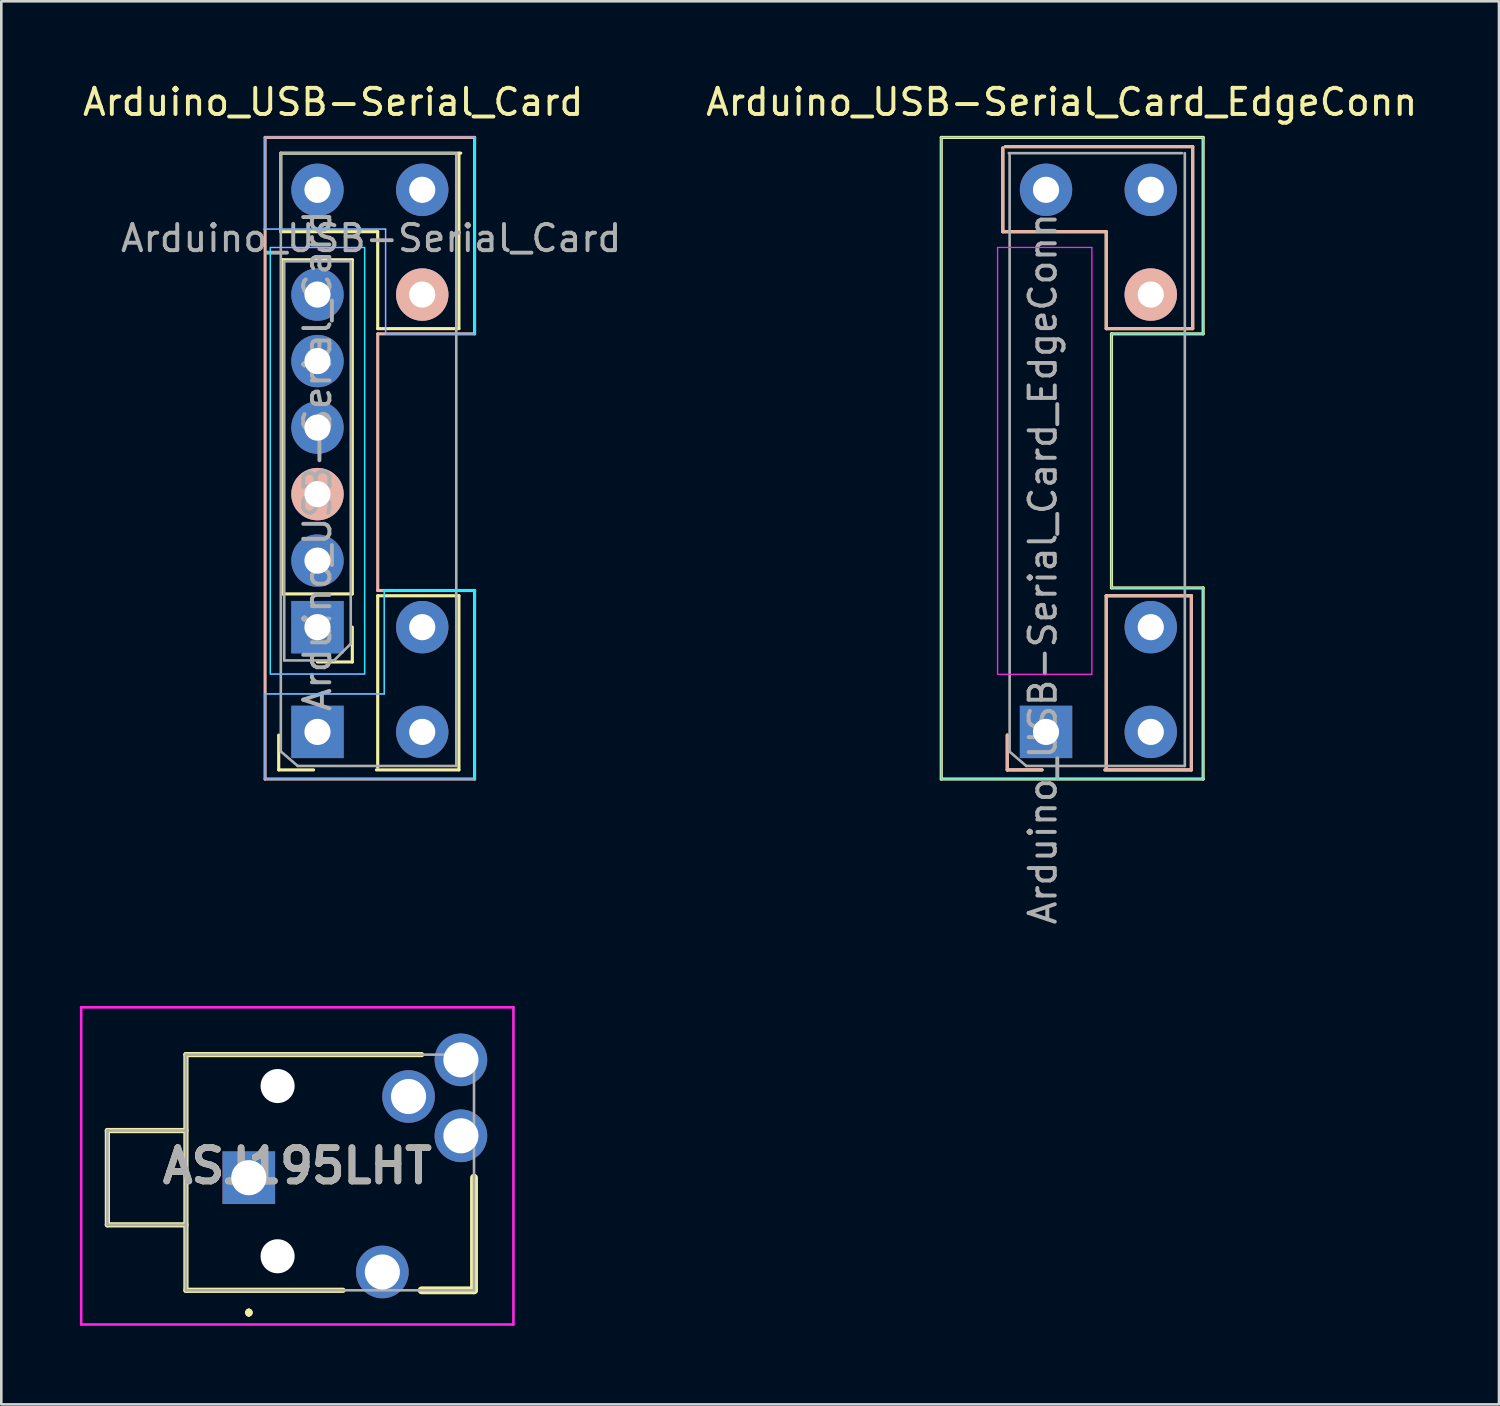
<source format=kicad_pcb>
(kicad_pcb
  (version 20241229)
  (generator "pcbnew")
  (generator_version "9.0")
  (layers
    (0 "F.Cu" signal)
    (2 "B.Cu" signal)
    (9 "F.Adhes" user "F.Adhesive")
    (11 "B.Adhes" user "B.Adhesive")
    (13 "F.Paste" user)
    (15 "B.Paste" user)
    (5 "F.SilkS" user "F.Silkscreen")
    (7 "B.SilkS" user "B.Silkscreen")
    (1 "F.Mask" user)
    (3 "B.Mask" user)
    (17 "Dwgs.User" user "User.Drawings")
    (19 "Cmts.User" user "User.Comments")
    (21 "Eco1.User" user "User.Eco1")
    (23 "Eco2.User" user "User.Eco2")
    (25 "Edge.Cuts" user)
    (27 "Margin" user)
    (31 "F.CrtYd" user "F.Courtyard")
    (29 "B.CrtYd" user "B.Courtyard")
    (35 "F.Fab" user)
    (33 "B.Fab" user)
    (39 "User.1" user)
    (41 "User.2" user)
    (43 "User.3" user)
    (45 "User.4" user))
  (footprint "Arduino_USB-Serial_Card"
    (layer "F.Cu")
    (at 9.073 8.198)
    (property "Reference" "Arduino_USB-Serial_Card" (at 0.6 -7.35 0) (layer "F.SilkS") (effects (font (size 1 1) (thickness 0.15))))
    (attr through_hole)
    (fp_line (start -1.48 18.15) (end -1.48 16.82) (stroke (width 0.12) (type solid)) (layer "F.SilkS"))
    (fp_line (start -1.4 -5.4) (end 5.47 -5.4) (stroke (width 0.12) (type solid)) (layer "F.SilkS"))
    (fp_line (start -1.4 -2.4) (end -1.4 -5.4) (stroke (width 0.12) (type solid)) (layer "F.SilkS"))
    (fp_line (start -1.33 11.43) (end -1.33 -1.33) (stroke (width 0.12) (type solid)) (layer "F.SilkS"))
    (fp_line (start -0.15 18.15) (end -1.48 18.15) (stroke (width 0.12) (type solid)) (layer "F.SilkS"))
    (fp_line (start 1.33 -1.33) (end -1.33 -1.33) (stroke (width 0.12) (type solid)) (layer "F.SilkS"))
    (fp_line (start 1.33 11.43) (end -1.33 11.43) (stroke (width 0.12) (type solid)) (layer "F.SilkS"))
    (fp_line (start 1.33 11.43) (end 1.33 -1.33) (stroke (width 0.12) (type solid)) (layer "F.SilkS"))
    (fp_line (start 1.33 12.7) (end 1.33 14.03) (stroke (width 0.12) (type solid)) (layer "F.SilkS"))
    (fp_line (start 1.33 14.03) (end 0 14.03) (stroke (width 0.12) (type solid)) (layer "F.SilkS"))
    (fp_line (start 2.3 -2.4) (end -1.4 -2.4) (stroke (width 0.12) (type solid)) (layer "F.SilkS"))
    (fp_line (start 2.3 1.3) (end 2.3 -2.4) (stroke (width 0.12) (type solid)) (layer "F.SilkS"))
    (fp_line (start 2.3 11.5) (end 5.4 11.5) (stroke (width 0.12) (type solid)) (layer "F.SilkS"))
    (fp_line (start 2.3 18.05) (end 2.3 11.5) (stroke (width 0.12) (type solid)) (layer "F.SilkS"))
    (fp_line (start 5.4 -5.4) (end 5.4 1.3) (stroke (width 0.12) (type solid)) (layer "F.SilkS"))
    (fp_line (start 5.4 1.3) (end 2.3 1.3) (stroke (width 0.12) (type solid)) (layer "F.SilkS"))
    (fp_line (start 5.4 11.5) (end 5.4 18.15) (stroke (width 0.12) (type solid)) (layer "F.SilkS"))
    (fp_line (start 5.4 18.15) (end 2.25 18.15) (stroke (width 0.12) (type solid)) (layer "F.SilkS"))
    (fp_line (start -2 -6) (end -2 18.5) (stroke (width 0.12) (type solid)) (layer "B.SilkS"))
    (fp_line (start -2 18.5) (end 6 18.5) (stroke (width 0.12) (type solid)) (layer "B.SilkS"))
    (fp_line (start 2.3 1.5) (end 6 1.5) (stroke (width 0.12) (type solid)) (layer "B.SilkS"))
    (fp_line (start 2.3 11.3) (end 2.3 1.5) (stroke (width 0.12) (type solid)) (layer "B.SilkS"))
    (fp_line (start 6 -6) (end -2 -6) (stroke (width 0.12) (type solid)) (layer "B.SilkS"))
    (fp_line (start 6 1.5) (end 6 -6) (stroke (width 0.12) (type solid)) (layer "B.SilkS"))
    (fp_line (start 6 11.3) (end 2.3 11.3) (stroke (width 0.12) (type solid)) (layer "B.SilkS"))
    (fp_line (start 6 18.5) (end 6 11.3) (stroke (width 0.12) (type solid)) (layer "B.SilkS"))
    (fp_line (start -2 -6) (end 6 -6) (stroke (width 0.05) (type solid)) (layer "B.CrtYd"))
    (fp_line (start -2 -2.5) (end -2 -6) (stroke (width 0.05) (type solid)) (layer "B.CrtYd"))
    (fp_line (start -2 15.25) (end -2 18.45) (stroke (width 0.05) (type solid)) (layer "B.CrtYd"))
    (fp_line (start 2.55 11.3) (end 2.55 15.25) (stroke (width 0.05) (type solid)) (layer "B.CrtYd"))
    (fp_line (start 2.55 15.25) (end -2 15.25) (stroke (width 0.05) (type solid)) (layer "B.CrtYd"))
    (fp_line (start 2.6 -2.5) (end -2.05 -2.5) (stroke (width 0.05) (type solid)) (layer "B.CrtYd"))
    (fp_line (start 2.6 1.5) (end 2.6 -2.5) (stroke (width 0.05) (type solid)) (layer "B.CrtYd"))
    (fp_line (start 3 11.3) (end 2.55 11.3) (stroke (width 0.05) (type solid)) (layer "B.CrtYd"))
    (fp_line (start 3 11.3) (end 6 11.3) (stroke (width 0.05) (type solid)) (layer "B.CrtYd"))
    (fp_line (start 6 -6) (end 6 1.5) (stroke (width 0.05) (type solid)) (layer "B.CrtYd"))
    (fp_line (start 6 1.5) (end 2.6 1.5) (stroke (width 0.05) (type solid)) (layer "B.CrtYd"))
    (fp_line (start 6 11.3) (end 6 18.5) (stroke (width 0.05) (type solid)) (layer "B.CrtYd"))
    (fp_line (start 6 18.5) (end -2 18.5) (stroke (width 0.05) (type solid)) (layer "B.CrtYd"))
    (fp_rect (start -1.8 14.49) (end 1.8 -1.8) (stroke (width 0.05) (type solid)) (fill no) (layer "B.CrtYd"))
    (fp_line (start -2 -6) (end 6 -6) (stroke (width 0.05) (type solid)) (layer "F.CrtYd"))
    (fp_line (start -2 -2.5) (end -2 -6) (stroke (width 0.05) (type solid)) (layer "F.CrtYd"))
    (fp_line (start -2 15.25) (end -2 18.45) (stroke (width 0.05) (type solid)) (layer "F.CrtYd"))
    (fp_line (start 2.55 11.3) (end 2.55 15.25) (stroke (width 0.05) (type solid)) (layer "F.CrtYd"))
    (fp_line (start 2.55 15.25) (end -2 15.25) (stroke (width 0.05) (type solid)) (layer "F.CrtYd"))
    (fp_line (start 2.6 -2.5) (end -2.05 -2.5) (stroke (width 0.05) (type solid)) (layer "F.CrtYd"))
    (fp_line (start 2.6 1.5) (end 2.6 -2.5) (stroke (width 0.05) (type solid)) (layer "F.CrtYd"))
    (fp_line (start 3 11.3) (end 2.55 11.3) (stroke (width 0.05) (type solid)) (layer "F.CrtYd"))
    (fp_line (start 3 11.3) (end 6 11.3) (stroke (width 0.05) (type solid)) (layer "F.CrtYd"))
    (fp_line (start 6 -6) (end 6 1.5) (stroke (width 0.05) (type solid)) (layer "F.CrtYd"))
    (fp_line (start 6 1.5) (end 2.6 1.5) (stroke (width 0.05) (type solid)) (layer "F.CrtYd"))
    (fp_line (start 6 11.3) (end 6 18.5) (stroke (width 0.05) (type solid)) (layer "F.CrtYd"))
    (fp_line (start 6 18.5) (end -2 18.5) (stroke (width 0.05) (type solid)) (layer "F.CrtYd"))
    (fp_rect (start -1.8 14.495) (end 1.8 -1.795) (stroke (width 0.05) (type solid)) (fill no) (layer "F.CrtYd"))
    (fp_line (start -1.4 -5.4) (end -1.4 17.455) (stroke (width 0.1) (type solid)) (layer "F.Fab"))
    (fp_line (start -1.39 17.455) (end -0.755 18) (stroke (width 0.1) (type solid)) (layer "F.Fab"))
    (fp_line (start -1.27 -1.27) (end 1.27 -1.27) (stroke (width 0.1) (type solid)) (layer "F.Fab"))
    (fp_line (start -1.27 13.97) (end -1.27 -1.27) (stroke (width 0.1) (type solid)) (layer "F.Fab"))
    (fp_line (start -0.755 18) (end 5.3 18) (stroke (width 0.1) (type solid)) (layer "F.Fab"))
    (fp_line (start 0.635 13.97) (end -1.27 13.97) (stroke (width 0.1) (type solid)) (layer "F.Fab"))
    (fp_line (start 1.27 -1.27) (end 1.27 13.335) (stroke (width 0.1) (type solid)) (layer "F.Fab"))
    (fp_line (start 1.27 13.335) (end 0.635 13.97) (stroke (width 0.1) (type solid)) (layer "F.Fab"))
    (fp_line (start 5.2 -5.4) (end -1.42 -5.4) (stroke (width 0.1) (type solid)) (layer "F.Fab"))
    (fp_line (start 5.3 18) (end 5.3 -5.4) (stroke (width 0.1) (type solid)) (layer "F.Fab"))
    (fp_text user "${REFERENCE}" (at 2.05 -2.15 0) (layer "F.Fab") (effects (font (size 1 1) (thickness 0.15))))
    (fp_text user "${REFERENCE}" (at 0 6.35 270) (layer "F.Fab") (effects (font (size 1 1) (thickness 0.15))))
    (pad "1" thru_hole rect (at 0 16.7) (size 2 2) (drill 1) (layers "*.Cu" "*.Mask"))
    (pad "2" thru_hole oval (at 4 16.7) (size 2 2) (drill 1) (layers "*.Cu" "*.Mask"))
    (pad "3" thru_hole oval (at 4 12.7) (size 2 2) (drill 1) (layers "*.Cu" "*.Mask"))
    (pad "4" thru_hole oval (at 4 0) (size 2 2) (drill 1) (layers "*.Cu" "*.Mask" "B.SilkS"))
    (pad "5" thru_hole oval (at 4 -4) (size 2 2) (drill 1) (layers "*.Cu" "*.Mask"))
    (pad "6" thru_hole oval (at 0 -4) (size 2 2) (drill 1) (layers "*.Cu" "*.Mask"))
    (pad "11" thru_hole rect (at 0 12.7 180) (size 2 2) (drill 1) (layers "*.Cu" "*.Mask"))
    (pad "12" thru_hole oval (at 0 10.16 180) (size 2 2) (drill 1) (layers "*.Cu" "*.Mask"))
    (pad "13" thru_hole oval (at 0 7.62 180) (size 2 2) (drill 1) (layers "*.Cu" "*.Mask" "B.SilkS"))
    (pad "14" thru_hole oval (at 0 5.08 180) (size 2 2) (drill 1) (layers "*.Cu" "*.Mask"))
    (pad "15" thru_hole oval (at 0 2.54 180) (size 2 2) (drill 1) (layers "*.Cu" "*.Mask"))
    (pad "16" thru_hole oval (at 0 0 180) (size 2 2) (drill 1) (layers "*.Cu" "*.Mask")))
  (footprint "Arduino_USB-Serial_Card_EdgeConn"
    (layer "F.Cu")
    (at 36.892 8.198)
    (property "Reference" "Arduino_USB-Serial_Card_EdgeConn" (at 0.6 -7.35 0) (layer "F.SilkS") (effects (font (size 1 1) (thickness 0.15))))
    (attr through_hole)
    (fp_line (start -4 -6) (end 6 -6) (stroke (width 0.12) (type solid)) (layer "F.SilkS"))
    (fp_line (start -4 18.5) (end -4 -6) (stroke (width 0.12) (type solid)) (layer "F.SilkS"))
    (fp_line (start -1.65 -2.4) (end -1.65 -5.6) (stroke (width 0.12) (type solid)) (layer "F.SilkS"))
    (fp_line (start -1.55 -5.65) (end 5.6 -5.65) (stroke (width 0.12) (type solid)) (layer "F.SilkS"))
    (fp_line (start -1.48 18.15) (end -1.48 16.82) (stroke (width 0.12) (type solid)) (layer "F.SilkS"))
    (fp_line (start -0.15 18.15) (end -1.48 18.15) (stroke (width 0.12) (type solid)) (layer "F.SilkS"))
    (fp_line (start 2.3 -2.4) (end -1.65 -2.4) (stroke (width 0.12) (type solid)) (layer "F.SilkS"))
    (fp_line (start 2.3 1.3) (end 2.3 -2.4) (stroke (width 0.12) (type solid)) (layer "F.SilkS"))
    (fp_line (start 2.3 11.5) (end 5.55 11.5) (stroke (width 0.12) (type solid)) (layer "F.SilkS"))
    (fp_line (start 2.3 18.05) (end 2.3 11.5) (stroke (width 0.12) (type solid)) (layer "F.SilkS"))
    (fp_line (start 2.5 1.5) (end 2.5 11.2) (stroke (width 0.12) (type solid)) (layer "F.SilkS"))
    (fp_line (start 2.5 11.2) (end 6 11.2) (stroke (width 0.12) (type solid)) (layer "F.SilkS"))
    (fp_line (start 5.55 11.5) (end 5.55 18.15) (stroke (width 0.12) (type solid)) (layer "F.SilkS"))
    (fp_line (start 5.55 18.15) (end 2.25 18.15) (stroke (width 0.12) (type solid)) (layer "F.SilkS"))
    (fp_line (start 5.6 -5.65) (end 5.6 1.3) (stroke (width 0.12) (type solid)) (layer "F.SilkS"))
    (fp_line (start 5.6 1.3) (end 2.3 1.3) (stroke (width 0.12) (type solid)) (layer "F.SilkS"))
    (fp_line (start 6 -6) (end 6 1.5) (stroke (width 0.12) (type solid)) (layer "F.SilkS"))
    (fp_line (start 6 1.5) (end 2.5 1.5) (stroke (width 0.12) (type solid)) (layer "F.SilkS"))
    (fp_line (start 6 11.2) (end 6 18.5) (stroke (width 0.12) (type solid)) (layer "F.SilkS"))
    (fp_line (start 6 18.5) (end -4 18.5) (stroke (width 0.12) (type solid)) (layer "F.SilkS"))
    (fp_line (start -1.65 -2.4) (end -1.65 -5.6) (stroke (width 0.12) (type solid)) (layer "B.SilkS"))
    (fp_line (start -1.55 -5.65) (end 5.6 -5.65) (stroke (width 0.12) (type solid)) (layer "B.SilkS"))
    (fp_line (start -1.48 18.15) (end -1.48 16.82) (stroke (width 0.12) (type solid)) (layer "B.SilkS"))
    (fp_line (start -0.15 18.15) (end -1.48 18.15) (stroke (width 0.12) (type solid)) (layer "B.SilkS"))
    (fp_line (start 2.3 -2.4) (end -1.65 -2.4) (stroke (width 0.12) (type solid)) (layer "B.SilkS"))
    (fp_line (start 2.3 1.3) (end 2.3 -2.4) (stroke (width 0.12) (type solid)) (layer "B.SilkS"))
    (fp_line (start 2.3 11.5) (end 5.55 11.5) (stroke (width 0.12) (type solid)) (layer "B.SilkS"))
    (fp_line (start 2.3 18.05) (end 2.3 11.5) (stroke (width 0.12) (type solid)) (layer "B.SilkS"))
    (fp_line (start 5.55 11.5) (end 5.55 18.15) (stroke (width 0.12) (type solid)) (layer "B.SilkS"))
    (fp_line (start 5.55 18.15) (end 2.25 18.15) (stroke (width 0.12) (type solid)) (layer "B.SilkS"))
    (fp_line (start 5.6 -5.65) (end 5.6 1.3) (stroke (width 0.12) (type solid)) (layer "B.SilkS"))
    (fp_line (start 5.6 1.3) (end 2.3 1.3) (stroke (width 0.12) (type solid)) (layer "B.SilkS"))
    (fp_line (start -4 -6) (end 6 -6) (stroke (width 0.05) (type solid)) (layer "B.CrtYd"))
    (fp_line (start -4 18.5) (end -4 -6) (stroke (width 0.05) (type solid)) (layer "B.CrtYd"))
    (fp_line (start 2.5 1.5) (end 2.5 11.2) (stroke (width 0.05) (type solid)) (layer "B.CrtYd"))
    (fp_line (start 2.5 11.2) (end 6 11.2) (stroke (width 0.05) (type solid)) (layer "B.CrtYd"))
    (fp_line (start 6 -6) (end 6 1.5) (stroke (width 0.05) (type solid)) (layer "B.CrtYd"))
    (fp_line (start 6 1.5) (end 2.5 1.5) (stroke (width 0.05) (type solid)) (layer "B.CrtYd"))
    (fp_line (start 6 11.2) (end 6 18.5) (stroke (width 0.05) (type solid)) (layer "B.CrtYd"))
    (fp_line (start 6 18.5) (end -4 18.5) (stroke (width 0.05) (type solid)) (layer "B.CrtYd"))
    (fp_line (start -1.85 -1.8) (end -1.85 14.5) (stroke (width 0.05) (type solid)) (layer "F.CrtYd"))
    (fp_line (start -1.85 14.5) (end 1.75 14.5) (stroke (width 0.05) (type solid)) (layer "F.CrtYd"))
    (fp_line (start 1.75 -1.8) (end -1.85 -1.8) (stroke (width 0.05) (type solid)) (layer "F.CrtYd"))
    (fp_line (start 1.75 14.5) (end 1.75 -1.8) (stroke (width 0.05) (type solid)) (layer "F.CrtYd"))
    (fp_line (start -1.39 -5.4) (end -1.39 17.455) (stroke (width 0.1) (type solid)) (layer "F.Fab"))
    (fp_line (start -1.39 17.455) (end -0.755 18) (stroke (width 0.1) (type solid)) (layer "F.Fab"))
    (fp_line (start -0.755 18) (end 5.3 18) (stroke (width 0.1) (type solid)) (layer "F.Fab"))
    (fp_line (start 5.2 -5.4) (end -1.42 -5.4) (stroke (width 0.1) (type solid)) (layer "F.Fab"))
    (fp_line (start 5.3 18) (end 5.3 -5.4) (stroke (width 0.1) (type solid)) (layer "F.Fab"))
    (fp_text user "${REFERENCE}" (at -0.12 10.47 270) (layer "F.Fab") (effects (font (size 1 1) (thickness 0.15))))
    (pad "1" thru_hole rect (at 0 16.7) (size 2 2) (drill 1) (layers "*.Cu" "*.Mask"))
    (pad "2" thru_hole oval (at 4 16.7) (size 2 2) (drill 1) (layers "*.Cu" "*.Mask"))
    (pad "3" thru_hole oval (at 4 12.7) (size 2 2) (drill 1) (layers "*.Cu" "*.Mask"))
    (pad "4" thru_hole oval (at 4 0) (size 2 2) (drill 1) (layers "*.Cu" "*.Mask" "B.SilkS"))
    (pad "5" thru_hole oval (at 4 -4) (size 2 2) (drill 1) (layers "*.Cu" "*.Mask"))
    (pad "6" thru_hole oval (at 0 -4) (size 2 2) (drill 1) (layers "*.Cu" "*.Mask"))
    (zone (net_name "") (layers "F.Cu" "B.Cu") (name "HeaderPin") (hatch edge 0.508) (connect_pads) (min_thickness 0.254) (filled_areas_thickness no) (keepout (tracks not_allowed) (vias not_allowed) (pads not_allowed) (copperpour not_allowed) (footprints not_allowed)) (placement (enabled no)) (fill) (polygon (pts (xy 38.992 6.048) (xy 38.942 23.498) (xy 32.942 23.548) (xy 32.942 6.048)))))
  (footprint "ASJ195LHT"
    (layer "F.Cu")
    (at 6.45 41.92)
    (property "Reference" "ASJ195LHT" (at 1.853 -0.45 0) (layer "F.SilkS") (effects (font (size 1.27 1.27) (thickness 0.254))))
    (attr through_hole)
    (fp_line (start -5.4 -1.8) (end -5.4 1.8) (stroke (width 0.2) (type solid)) (layer "F.SilkS"))
    (fp_line (start -5.4 1.8) (end -2.4 1.8) (stroke (width 0.2) (type solid)) (layer "F.SilkS"))
    (fp_line (start -2.4 -4.7) (end 6.6 -4.7) (stroke (width 0.2) (type solid)) (layer "F.SilkS"))
    (fp_line (start -2.4 -1.8) (end -5.4 -1.8) (stroke (width 0.2) (type solid)) (layer "F.SilkS"))
    (fp_line (start -2.4 4.3) (end -2.4 -4.7) (stroke (width 0.2) (type solid)) (layer "F.SilkS"))
    (fp_line (start 0 5.1) (end 0 5.1) (stroke (width 0.2) (type solid)) (layer "F.SilkS"))
    (fp_line (start 0 5.2) (end 0 5.2) (stroke (width 0.2) (type solid)) (layer "F.SilkS"))
    (fp_line (start 0 5.2) (end 0 5.2) (stroke (width 0.2) (type solid)) (layer "F.SilkS"))
    (fp_line (start 3.6 4.3) (end -2.4 4.3) (stroke (width 0.2) (type solid)) (layer "F.SilkS"))
    (fp_line (start 6.6 4.3) (end 8.6 4.3) (stroke (width 0.3) (type solid)) (layer "F.SilkS"))
    (fp_line (start 8.6 4.3) (end 8.6 0) (stroke (width 0.3) (type solid)) (layer "F.SilkS"))
    (fp_arc (start 0 5.1) (mid 0.05 5.15) (end 0 5.2) (stroke (width 0.2) (type solid)) (layer "F.SilkS"))
    (fp_arc (start 0 5.1) (mid 0.05 5.15) (end 0 5.2) (stroke (width 0.2) (type solid)) (layer "F.SilkS"))
    (fp_arc (start 0 5.2) (mid -0.05 5.15) (end 0 5.1) (stroke (width 0.2) (type solid)) (layer "F.SilkS"))
    (fp_line (start -6.4 -6.505) (end 10.105 -6.505) (stroke (width 0.1) (type solid)) (layer "F.CrtYd"))
    (fp_line (start -6.4 5.605) (end -6.4 -6.505) (stroke (width 0.1) (type solid)) (layer "F.CrtYd"))
    (fp_line (start 10.105 -6.505) (end 10.105 5.605) (stroke (width 0.1) (type solid)) (layer "F.CrtYd"))
    (fp_line (start 10.105 5.605) (end -6.4 5.605) (stroke (width 0.1) (type solid)) (layer "F.CrtYd"))
    (fp_line (start -5.4 -1.8) (end -5.4 1.8) (stroke (width 0.1) (type solid)) (layer "F.Fab"))
    (fp_line (start -5.4 1.8) (end -2.4 1.8) (stroke (width 0.1) (type solid)) (layer "F.Fab"))
    (fp_line (start -2.4 -4.7) (end 8.6 -4.7) (stroke (width 0.1) (type solid)) (layer "F.Fab"))
    (fp_line (start -2.4 -1.8) (end -5.4 -1.8) (stroke (width 0.1) (type solid)) (layer "F.Fab"))
    (fp_line (start -2.4 4.3) (end -2.4 -4.7) (stroke (width 0.1) (type solid)) (layer "F.Fab"))
    (fp_line (start 8.6 -4.7) (end 8.6 4.3) (stroke (width 0.1) (type solid)) (layer "F.Fab"))
    (fp_line (start 8.6 4.3) (end -2.4 4.3) (stroke (width 0.1) (type solid)) (layer "F.Fab"))
    (fp_text user "${REFERENCE}" (at 1.853 -0.45 0) (layer "F.Fab") (effects (font (size 1.27 1.27) (thickness 0.254))))
    (pad "" np_thru_hole circle (at 1.1 -3.5) (size 1.3 1.3) (drill 1.3) (layers "*.Cu" "*.Mask"))
    (pad "" np_thru_hole circle (at 1.1 3) (size 1.3 1.3) (drill 1.3) (layers "*.Cu" "*.Mask"))
    (pad "1" thru_hole rect (at 0 0) (size 2.01 2.01) (drill 1.34) (layers "*.Cu" "*.Mask"))
    (pad "2" thru_hole circle (at 5.1 3.6) (size 2.01 2.01) (drill 1.34) (layers "*.Cu" "*.Mask"))
    (pad "3" thru_hole circle (at 8.1 -1.6) (size 2.01 2.01) (drill 1.34) (layers "*.Cu" "*.Mask"))
    (pad "5" thru_hole circle (at 6.1 -3.1) (size 2.01 2.01) (drill 1.34) (layers "*.Cu" "*.Mask"))
    (pad "6" thru_hole circle (at 8.1 -4.5) (size 2.01 2.01) (drill 1.34) (layers "*.Cu" "*.Mask")))
  (gr_rect
    (start -3 -3)
    (end 54.188 50.575)
    (stroke (width 0.1) (type default))
    (fill no)
    (layer "Edge.Cuts")))
</source>
